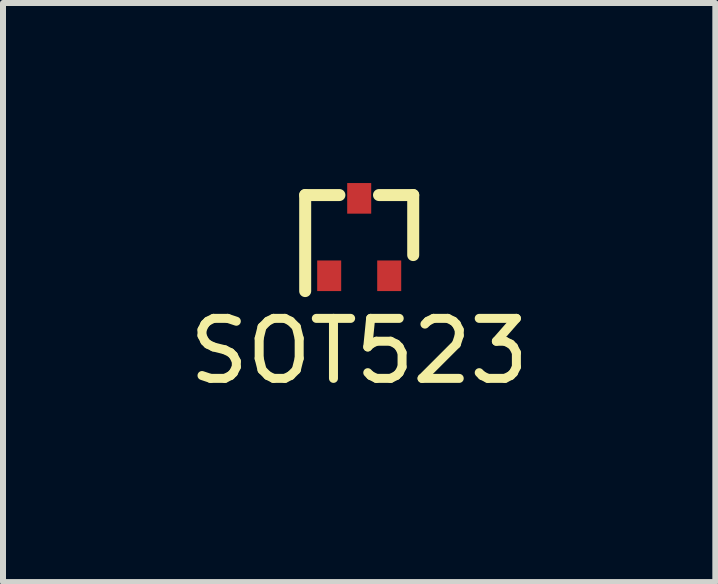
<source format=kicad_pcb>
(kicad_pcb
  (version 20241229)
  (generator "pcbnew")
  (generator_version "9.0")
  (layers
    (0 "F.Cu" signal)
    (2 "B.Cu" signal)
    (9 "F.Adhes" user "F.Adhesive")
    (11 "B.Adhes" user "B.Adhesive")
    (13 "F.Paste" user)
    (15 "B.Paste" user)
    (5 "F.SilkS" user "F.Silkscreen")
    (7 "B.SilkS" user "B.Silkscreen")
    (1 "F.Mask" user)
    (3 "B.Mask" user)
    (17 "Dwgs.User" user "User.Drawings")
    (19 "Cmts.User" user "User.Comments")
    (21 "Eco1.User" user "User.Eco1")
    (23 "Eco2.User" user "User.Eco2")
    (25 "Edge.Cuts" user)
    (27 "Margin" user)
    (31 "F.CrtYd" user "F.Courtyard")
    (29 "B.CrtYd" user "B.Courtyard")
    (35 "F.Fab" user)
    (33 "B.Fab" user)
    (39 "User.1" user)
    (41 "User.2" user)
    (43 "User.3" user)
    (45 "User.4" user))
  (footprint "SOT523"
    (layer "F.Cu")
    (at 2.935 0.9)
    (property "Reference" "SOT523" (at 0 1.9 0) (layer "F.SilkS") (effects (font (size 1 1) (thickness 0.15))))
    (attr through_hole)
    (fp_line (start -0.9 -0.7) (end -0.33 -0.7) (stroke (width 0.2) (type solid)) (layer "F.SilkS"))
    (fp_line (start -0.9 0.9) (end -0.9 -0.7) (stroke (width 0.2) (type solid)) (layer "F.SilkS"))
    (fp_line (start 0.9 -0.7) (end 0.33 -0.7) (stroke (width 0.2) (type solid)) (layer "F.SilkS"))
    (fp_line (start 0.9 -0.7) (end 0.9 0.3) (stroke (width 0.2) (type solid)) (layer "F.SilkS"))
    (pad "1" smd rect (at -0.5 0.645) (size 0.4 0.51) (layers "F.Cu" "F.Mask" "F.Paste"))
    (pad "2" smd rect (at 0.5 0.645) (size 0.4 0.51) (layers "F.Cu" "F.Mask" "F.Paste"))
    (pad "3" smd rect (at 0 -0.645) (size 0.4 0.51) (layers "F.Cu" "F.Mask" "F.Paste")))
  (gr_rect
    (start -3 -3)
    (end 8.869 6.648)
    (stroke (width 0.1) (type default))
    (fill no)
    (layer "Edge.Cuts")))
</source>
